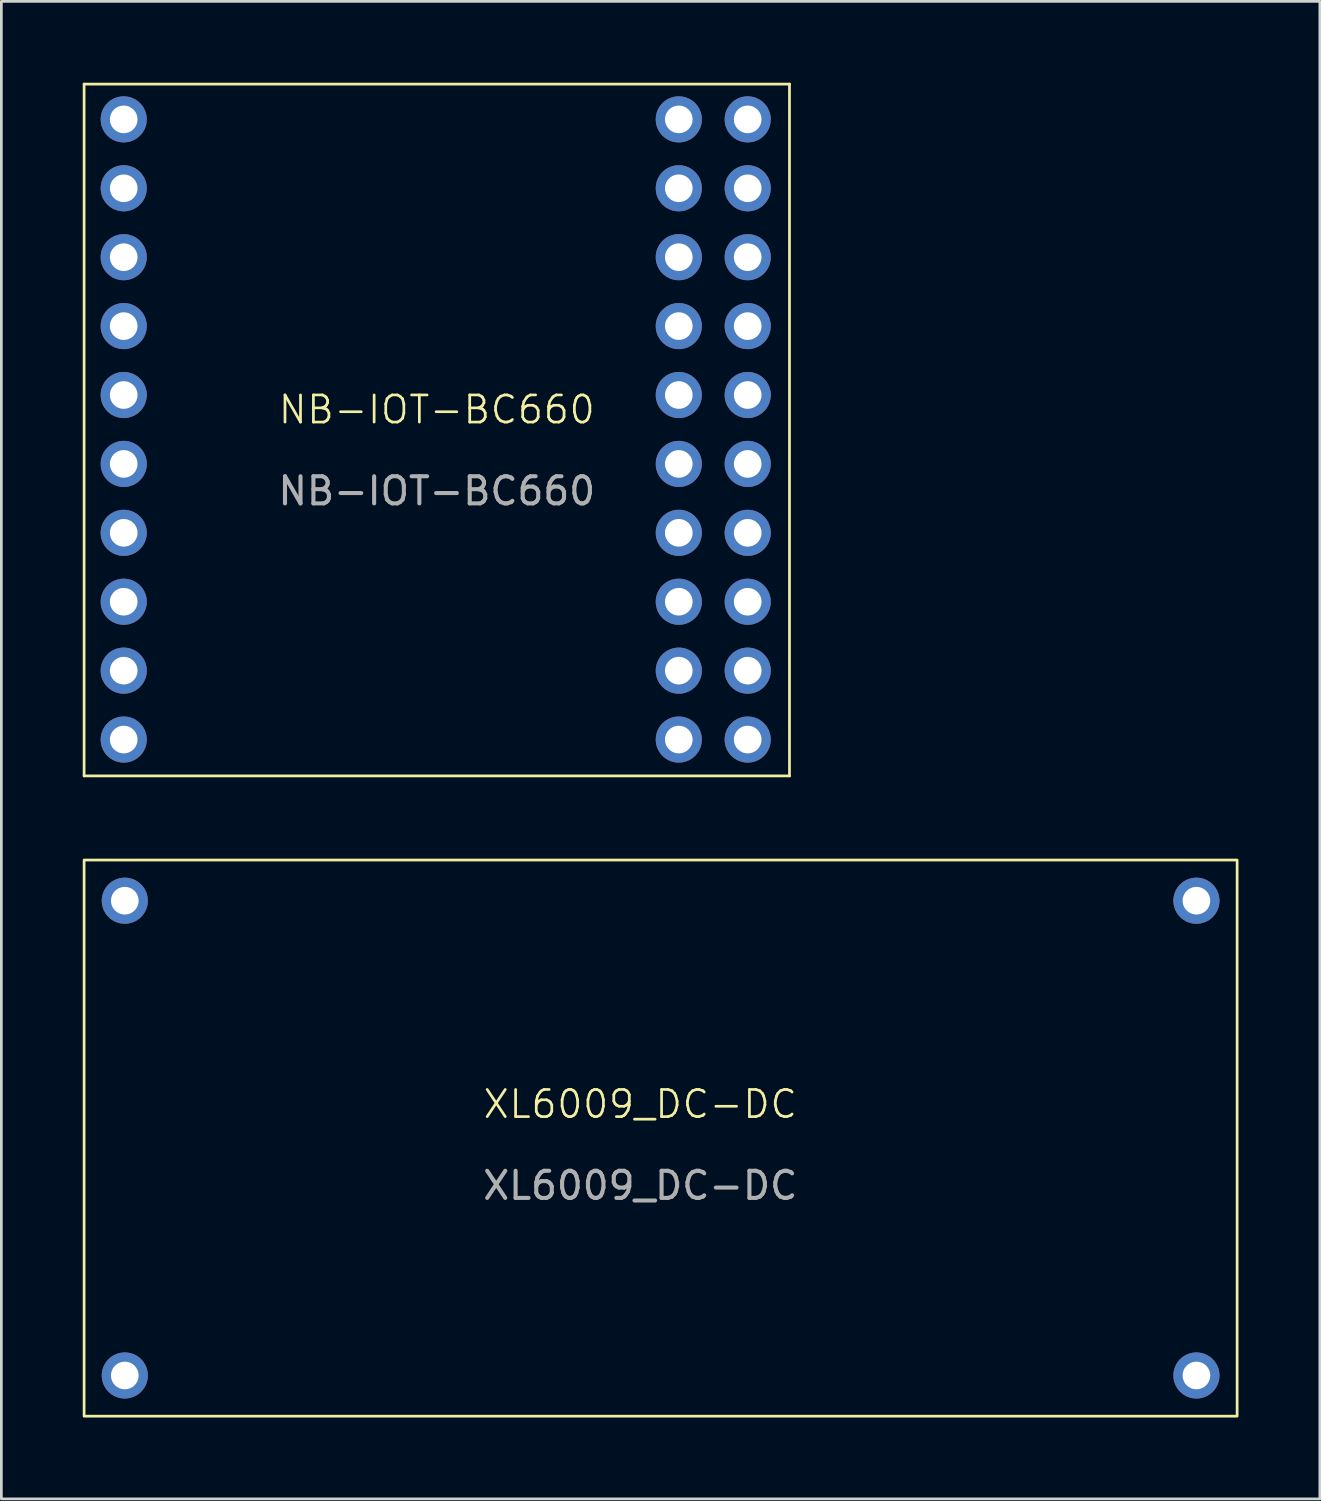
<source format=kicad_pcb>
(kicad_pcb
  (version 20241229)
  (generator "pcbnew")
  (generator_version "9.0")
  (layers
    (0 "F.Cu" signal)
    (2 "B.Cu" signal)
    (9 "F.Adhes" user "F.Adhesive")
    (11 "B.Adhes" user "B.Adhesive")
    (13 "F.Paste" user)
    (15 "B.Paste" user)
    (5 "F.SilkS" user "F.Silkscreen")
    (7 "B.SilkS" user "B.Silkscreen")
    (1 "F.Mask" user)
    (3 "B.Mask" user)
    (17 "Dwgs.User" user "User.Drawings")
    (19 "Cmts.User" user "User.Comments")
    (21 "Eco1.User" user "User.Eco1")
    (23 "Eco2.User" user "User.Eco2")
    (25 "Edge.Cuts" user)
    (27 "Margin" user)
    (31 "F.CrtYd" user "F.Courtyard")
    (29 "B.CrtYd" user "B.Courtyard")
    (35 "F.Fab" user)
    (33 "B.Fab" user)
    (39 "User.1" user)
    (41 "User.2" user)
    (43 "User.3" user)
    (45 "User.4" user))
  (footprint "XL6009_DC-DC"
    (layer "F.Cu")
    (at 20.55 38.15)
    (property "Reference" "XL6009_DC-DC" (at 0 -0.5 0) (unlocked yes) (layer "F.SilkS") (effects (font (size 1 1) (thickness 0.1))))
    (attr through_hole)
    (fp_rect (start -20.5 -9.5) (end 22 11) (stroke (width 0.1) (type default)) (fill no) (layer "F.SilkS"))
    (fp_text user "${REFERENCE}" (at 0 2.5 0) (unlocked yes) (layer "F.Fab") (effects (font (size 1 1) (thickness 0.15))))
    (pad "1" thru_hole circle (at -19 -8) (size 1.7 1.7) (drill 1.02) (layers "*.Cu" "*.Mask"))
    (pad "2" thru_hole circle (at -19 9.5) (size 1.7 1.7) (drill 1.02) (layers "*.Cu" "*.Mask"))
    (pad "3" thru_hole circle (at 20.5 -8) (size 1.7 1.7) (drill 1.02) (layers "*.Cu" "*.Mask"))
    (pad "4" thru_hole circle (at 20.5 9.5) (size 1.7 1.7) (drill 1.02) (layers "*.Cu" "*.Mask")))
  (footprint "NB-IOT-BC660"
    (layer "F.Cu")
    (at 13.05 12.55)
    (property "Reference" "NB-IOT-BC660" (at 0 -0.5 0) (unlocked yes) (layer "F.SilkS") (effects (font (size 1 1) (thickness 0.1))))
    (attr through_hole)
    (fp_line (start -13 -12.5) (end 13 -12.5) (stroke (width 0.1) (type default)) (layer "F.SilkS"))
    (fp_line (start -13 13) (end -13 -12.5) (stroke (width 0.1) (type default)) (layer "F.SilkS"))
    (fp_line (start 13 -12.5) (end 13 13) (stroke (width 0.1) (type default)) (layer "F.SilkS"))
    (fp_line (start 13 13) (end -13 13) (stroke (width 0.1) (type default)) (layer "F.SilkS"))
    (fp_text user "${REFERENCE}" (at 0 2.5 0) (unlocked yes) (layer "F.Fab") (effects (font (size 1 1) (thickness 0.15))))
    (pad "1" thru_hole circle (at -11.54 -11.2) (size 1.7 1.7) (drill 1.02) (layers "*.Cu" "*.Mask"))
    (pad "2" thru_hole circle (at -11.54 -8.66) (size 1.7 1.7) (drill 1.02) (layers "*.Cu" "*.Mask"))
    (pad "3" thru_hole circle (at -11.54 -6.12) (size 1.7 1.7) (drill 1.02) (layers "*.Cu" "*.Mask"))
    (pad "4" thru_hole circle (at -11.54 -3.58) (size 1.7 1.7) (drill 1.02) (layers "*.Cu" "*.Mask"))
    (pad "5" thru_hole circle (at -11.54 -1.04) (size 1.7 1.7) (drill 1.02) (layers "*.Cu" "*.Mask"))
    (pad "6" thru_hole circle (at -11.54 1.5) (size 1.7 1.7) (drill 1.02) (layers "*.Cu" "*.Mask"))
    (pad "7" thru_hole circle (at -11.54 4.04) (size 1.7 1.7) (drill 1.02) (layers "*.Cu" "*.Mask"))
    (pad "8" thru_hole circle (at -11.54 6.58) (size 1.7 1.7) (drill 1.02) (layers "*.Cu" "*.Mask"))
    (pad "9" thru_hole circle (at -11.54 9.12) (size 1.7 1.7) (drill 1.02) (layers "*.Cu" "*.Mask"))
    (pad "10" thru_hole circle (at -11.54 11.66) (size 1.7 1.7) (drill 1.02) (layers "*.Cu" "*.Mask"))
    (pad "11" thru_hole circle (at 8.92 -11.2) (size 1.7 1.7) (drill 1.02) (layers "*.Cu" "*.Mask"))
    (pad "12" thru_hole circle (at 8.92 -8.66) (size 1.7 1.7) (drill 1.02) (layers "*.Cu" "*.Mask"))
    (pad "13" thru_hole circle (at 8.92 -6.12) (size 1.7 1.7) (drill 1.02) (layers "*.Cu" "*.Mask"))
    (pad "14" thru_hole circle (at 8.92 -3.58) (size 1.7 1.7) (drill 1.02) (layers "*.Cu" "*.Mask"))
    (pad "15" thru_hole circle (at 8.92 -1.04) (size 1.7 1.7) (drill 1.02) (layers "*.Cu" "*.Mask"))
    (pad "16" thru_hole circle (at 8.92 1.5) (size 1.7 1.7) (drill 1.02) (layers "*.Cu" "*.Mask"))
    (pad "17" thru_hole circle (at 8.92 4.04) (size 1.7 1.7) (drill 1.02) (layers "*.Cu" "*.Mask"))
    (pad "18" thru_hole circle (at 8.92 6.58) (size 1.7 1.7) (drill 1.02) (layers "*.Cu" "*.Mask"))
    (pad "19" thru_hole circle (at 8.92 9.12) (size 1.7 1.7) (drill 1.02) (layers "*.Cu" "*.Mask"))
    (pad "20" thru_hole circle (at 8.92 11.66) (size 1.7 1.7) (drill 1.02) (layers "*.Cu" "*.Mask"))
    (pad "21" thru_hole circle (at 11.46 -11.2) (size 1.7 1.7) (drill 1.02) (layers "*.Cu" "*.Mask"))
    (pad "22" thru_hole circle (at 11.46 -8.66) (size 1.7 1.7) (drill 1.02) (layers "*.Cu" "*.Mask"))
    (pad "23" thru_hole circle (at 11.46 -6.12) (size 1.7 1.7) (drill 1.02) (layers "*.Cu" "*.Mask"))
    (pad "24" thru_hole circle (at 11.46 -3.58) (size 1.7 1.7) (drill 1.02) (layers "*.Cu" "*.Mask"))
    (pad "25" thru_hole circle (at 11.46 -1.04) (size 1.7 1.7) (drill 1.02) (layers "*.Cu" "*.Mask"))
    (pad "26" thru_hole circle (at 11.46 1.5) (size 1.7 1.7) (drill 1.02) (layers "*.Cu" "*.Mask"))
    (pad "27" thru_hole circle (at 11.46 4.04) (size 1.7 1.7) (drill 1.02) (layers "*.Cu" "*.Mask"))
    (pad "28" thru_hole circle (at 11.46 6.58) (size 1.7 1.7) (drill 1.02) (layers "*.Cu" "*.Mask"))
    (pad "29" thru_hole circle (at 11.46 9.12) (size 1.7 1.7) (drill 1.02) (layers "*.Cu" "*.Mask"))
    (pad "30" thru_hole circle (at 11.46 11.66) (size 1.7 1.7) (drill 1.02) (layers "*.Cu" "*.Mask")))
  (gr_rect
    (start -3 -3)
    (end 45.6 52.2)
    (stroke (width 0.1) (type default))
    (fill no)
    (layer "Edge.Cuts")))
</source>
